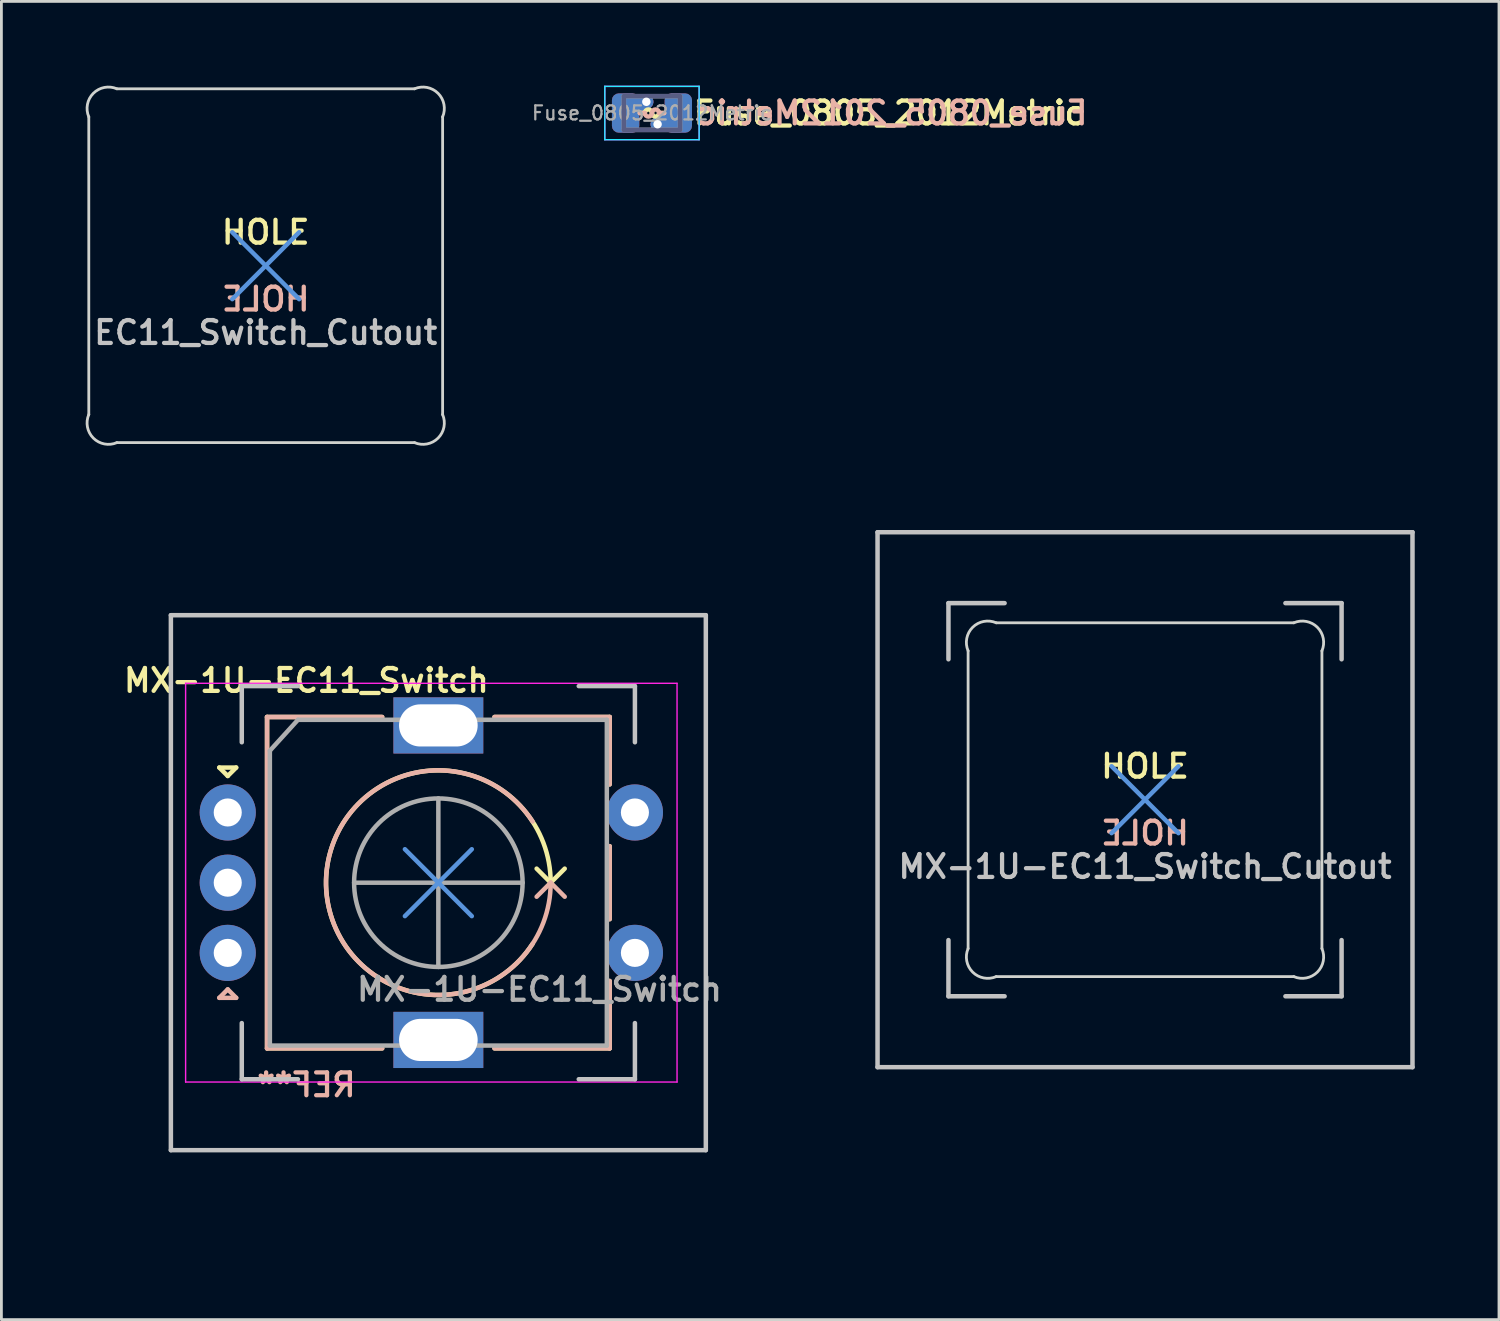
<source format=kicad_pcb>
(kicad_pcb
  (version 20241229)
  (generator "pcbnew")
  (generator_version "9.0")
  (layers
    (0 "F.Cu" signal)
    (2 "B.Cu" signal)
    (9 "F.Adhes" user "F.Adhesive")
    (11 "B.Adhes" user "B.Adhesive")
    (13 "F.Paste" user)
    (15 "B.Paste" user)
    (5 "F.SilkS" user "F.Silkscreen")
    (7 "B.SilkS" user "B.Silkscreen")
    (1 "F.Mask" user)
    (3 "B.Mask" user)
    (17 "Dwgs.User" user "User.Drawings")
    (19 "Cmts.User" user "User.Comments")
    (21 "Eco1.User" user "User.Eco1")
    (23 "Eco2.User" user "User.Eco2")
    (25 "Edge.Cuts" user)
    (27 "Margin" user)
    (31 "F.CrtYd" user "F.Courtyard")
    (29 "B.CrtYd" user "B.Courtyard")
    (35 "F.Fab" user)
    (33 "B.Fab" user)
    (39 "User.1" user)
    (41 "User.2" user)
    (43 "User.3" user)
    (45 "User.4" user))
  (footprint "MX-1U-EC11_Switch_Cutout"
    (layer "F.Cu")
    (at 37.725 25.428)
    (property "Reference" "MX-1U-EC11_Switch_Cutout" (at 0 2.381 0) (layer "Dwgs.User") (effects (font (size 0.813 0.813) (thickness 0.152))))
    (attr exclude_from_pos_files exclude_from_bom)
    (fp_line (start -9.525 -9.525) (end 9.525 -9.525) (stroke (width 0.16) (type solid)) (layer "Dwgs.User"))
    (fp_line (start -9.525 9.525) (end -9.525 -9.525) (stroke (width 0.16) (type solid)) (layer "Dwgs.User"))
    (fp_line (start -7 -7) (end -7 -5) (stroke (width 0.16) (type solid)) (layer "Dwgs.User"))
    (fp_line (start -7 5) (end -7 7) (stroke (width 0.16) (type solid)) (layer "Dwgs.User"))
    (fp_line (start -7 7) (end -5 7) (stroke (width 0.16) (type solid)) (layer "Dwgs.User"))
    (fp_line (start -5 -7) (end -7 -7) (stroke (width 0.16) (type solid)) (layer "Dwgs.User"))
    (fp_line (start 5 -7) (end 7 -7) (stroke (width 0.16) (type solid)) (layer "Dwgs.User"))
    (fp_line (start 5 7) (end 7 7) (stroke (width 0.16) (type solid)) (layer "Dwgs.User"))
    (fp_line (start 7 -7) (end 7 -5) (stroke (width 0.16) (type solid)) (layer "Dwgs.User"))
    (fp_line (start 7 7) (end 7 5) (stroke (width 0.16) (type solid)) (layer "Dwgs.User"))
    (fp_line (start 9.525 -9.525) (end 9.525 9.525) (stroke (width 0.16) (type solid)) (layer "Dwgs.User"))
    (fp_line (start 9.525 9.525) (end -9.525 9.525) (stroke (width 0.16) (type solid)) (layer "Dwgs.User"))
    (fp_line (start -1.191 -1.191) (end 1.191 1.191) (stroke (width 0.16) (type solid)) (layer "Cmts.User"))
    (fp_line (start -1.191 1.191) (end 1.191 -1.191) (stroke (width 0.16) (type solid)) (layer "Cmts.User"))
    (fp_line (start -6.3 5.3) (end -6.3 -5.3) (stroke (width 0.1) (type solid)) (layer "Edge.Cuts"))
    (fp_line (start -5.3 -6.3) (end 5.3 -6.3) (stroke (width 0.1) (type solid)) (layer "Edge.Cuts"))
    (fp_line (start 5.3 6.3) (end -5.3 6.3) (stroke (width 0.1) (type solid)) (layer "Edge.Cuts"))
    (fp_line (start 6.3 -5.3) (end 6.3 5.3) (stroke (width 0.1) (type solid)) (layer "Edge.Cuts"))
    (fp_arc (start -6.3 -5.3) (mid -6.138516 -6.138516) (end -5.3 -6.3) (stroke (width 0.1) (type solid)) (layer "Edge.Cuts"))
    (fp_arc (start -5.3 6.3) (mid -6.138516 6.138516) (end -6.3 5.3) (stroke (width 0.1) (type solid)) (layer "Edge.Cuts"))
    (fp_arc (start 5.3 -6.3) (mid 6.138516 -6.138516) (end 6.3 -5.3) (stroke (width 0.1) (type solid)) (layer "Edge.Cuts"))
    (fp_arc (start 6.3 5.3) (mid 6.138516 6.138516) (end 5.3 6.3) (stroke (width 0.1) (type solid)) (layer "Edge.Cuts"))
    (fp_text user "HOLE" (at 0 -1.191 0) (layer "F.SilkS") (effects (font (size 0.813 0.813) (thickness 0.152))))
    (fp_text user "HOLE" (at 0 1.191 0) (layer "B.SilkS") (effects (font (size 0.813 0.813) (thickness 0.152)) (justify mirror))))
  (footprint "MX-1U-EC11_Switch"
    (layer "F.Cu")
    (at 12.56 28.383)
    (property "Reference" "MX-1U-EC11_Switch" (at -4.7 -7.2 0) (layer "F.SilkS") (effects (font (size 0.813 0.813) (thickness 0.152))))
    (attr through_hole)
    (fp_line (start -7.8 -4.1) (end -7.2 -4.1) (stroke (width 0.16) (type solid)) (layer "F.SilkS"))
    (fp_line (start -7.5 -3.8) (end -7.8 -4.1) (stroke (width 0.16) (type solid)) (layer "F.SilkS"))
    (fp_line (start -7.2 -4.1) (end -7.5 -3.8) (stroke (width 0.16) (type solid)) (layer "F.SilkS"))
    (fp_line (start -6.1 -5.9) (end -6.1 5.9) (stroke (width 0.16) (type solid)) (layer "F.SilkS"))
    (fp_line (start -2 -5.9) (end -6.1 -5.9) (stroke (width 0.16) (type solid)) (layer "F.SilkS"))
    (fp_line (start -2 5.9) (end -6.1 5.9) (stroke (width 0.16) (type solid)) (layer "F.SilkS"))
    (fp_line (start 2 -5.9) (end 6.1 -5.9) (stroke (width 0.16) (type solid)) (layer "F.SilkS"))
    (fp_line (start 4 0) (end 3.5 -0.5) (stroke (width 0.16) (type solid)) (layer "F.SilkS"))
    (fp_line (start 4 0) (end 4.5 -0.5) (stroke (width 0.16) (type solid)) (layer "F.SilkS"))
    (fp_line (start 6.1 -5.9) (end 6.1 -3.5) (stroke (width 0.16) (type solid)) (layer "F.SilkS"))
    (fp_line (start 6.1 -1.3) (end 6.1 1.3) (stroke (width 0.16) (type solid)) (layer "F.SilkS"))
    (fp_line (start 6.1 3.5) (end 6.1 5.9) (stroke (width 0.16) (type solid)) (layer "F.SilkS"))
    (fp_line (start 6.1 5.9) (end 2 5.9) (stroke (width 0.16) (type solid)) (layer "F.SilkS"))
    (fp_arc (start 3.354682 2.178556) (mid -3.835279 -1.136061) (end 4 0) (stroke (width 0.16) (type solid)) (layer "F.SilkS"))
    (fp_line (start -7.8 4.1) (end -7.2 4.1) (stroke (width 0.16) (type solid)) (layer "B.SilkS"))
    (fp_line (start -7.5 3.8) (end -7.8 4.1) (stroke (width 0.16) (type solid)) (layer "B.SilkS"))
    (fp_line (start -7.2 4.1) (end -7.5 3.8) (stroke (width 0.16) (type solid)) (layer "B.SilkS"))
    (fp_line (start -6.1 5.9) (end -6.1 -5.9) (stroke (width 0.16) (type solid)) (layer "B.SilkS"))
    (fp_line (start -2 -5.9) (end -6.1 -5.9) (stroke (width 0.16) (type solid)) (layer "B.SilkS"))
    (fp_line (start -2 5.9) (end -6.1 5.9) (stroke (width 0.16) (type solid)) (layer "B.SilkS"))
    (fp_line (start 2 5.9) (end 6.1 5.9) (stroke (width 0.16) (type solid)) (layer "B.SilkS"))
    (fp_line (start 4 0) (end 3.5 0.5) (stroke (width 0.16) (type solid)) (layer "B.SilkS"))
    (fp_line (start 4 0) (end 4.5 0.5) (stroke (width 0.16) (type solid)) (layer "B.SilkS"))
    (fp_line (start 6.1 -5.9) (end 2 -5.9) (stroke (width 0.16) (type solid)) (layer "B.SilkS"))
    (fp_line (start 6.1 -3.5) (end 6.1 -5.9) (stroke (width 0.16) (type solid)) (layer "B.SilkS"))
    (fp_line (start 6.1 1.3) (end 6.1 -1.3) (stroke (width 0.16) (type solid)) (layer "B.SilkS"))
    (fp_line (start 6.1 5.9) (end 6.1 3.5) (stroke (width 0.16) (type solid)) (layer "B.SilkS"))
    (fp_arc (start 4 0) (mid -3.835279 1.136061) (end 3.354682 -2.178556) (stroke (width 0.16) (type solid)) (layer "B.SilkS"))
    (fp_line (start -9.525 -9.525) (end 9.525 -9.525) (stroke (width 0.16) (type solid)) (layer "Dwgs.User"))
    (fp_line (start -9.525 9.525) (end -9.525 -9.525) (stroke (width 0.16) (type solid)) (layer "Dwgs.User"))
    (fp_line (start -7 -7) (end -7 -5) (stroke (width 0.16) (type solid)) (layer "Dwgs.User"))
    (fp_line (start -7 5) (end -7 7) (stroke (width 0.16) (type solid)) (layer "Dwgs.User"))
    (fp_line (start -7 7) (end -5 7) (stroke (width 0.16) (type solid)) (layer "Dwgs.User"))
    (fp_line (start -5 -7) (end -7 -7) (stroke (width 0.16) (type solid)) (layer "Dwgs.User"))
    (fp_line (start 5 -7) (end 7 -7) (stroke (width 0.16) (type solid)) (layer "Dwgs.User"))
    (fp_line (start 5 7) (end 7 7) (stroke (width 0.16) (type solid)) (layer "Dwgs.User"))
    (fp_line (start 7 -7) (end 7 -5) (stroke (width 0.16) (type solid)) (layer "Dwgs.User"))
    (fp_line (start 7 7) (end 7 5) (stroke (width 0.16) (type solid)) (layer "Dwgs.User"))
    (fp_line (start 9.525 -9.525) (end 9.525 9.525) (stroke (width 0.16) (type solid)) (layer "Dwgs.User"))
    (fp_line (start 9.525 9.525) (end -9.525 9.525) (stroke (width 0.16) (type solid)) (layer "Dwgs.User"))
    (fp_line (start -1.191 -1.191) (end 1.191 1.191) (stroke (width 0.16) (type solid)) (layer "Cmts.User"))
    (fp_line (start -1.191 1.191) (end 1.191 -1.191) (stroke (width 0.16) (type solid)) (layer "Cmts.User"))
    (fp_circle (center 0 0) (end 12.5 0) (stroke (width 0.12) (type solid)) (fill no) (layer "Eco1.User"))
    (fp_line (start -9 -7.1) (end -9 7.1) (stroke (width 0.05) (type solid)) (layer "F.CrtYd"))
    (fp_line (start -9 -7.1) (end 8.5 -7.1) (stroke (width 0.05) (type solid)) (layer "F.CrtYd"))
    (fp_line (start 8.5 7.1) (end -9 7.1) (stroke (width 0.05) (type solid)) (layer "F.CrtYd"))
    (fp_line (start 8.5 7.1) (end 8.5 -7.1) (stroke (width 0.05) (type solid)) (layer "F.CrtYd"))
    (fp_line (start -6 -4.7) (end -5 -5.8) (stroke (width 0.16) (type solid)) (layer "F.Fab"))
    (fp_line (start -6 5.8) (end -6 -4.7) (stroke (width 0.16) (type solid)) (layer "F.Fab"))
    (fp_line (start -5 -5.8) (end 6 -5.8) (stroke (width 0.16) (type solid)) (layer "F.Fab"))
    (fp_line (start -3 0) (end 3 0) (stroke (width 0.16) (type solid)) (layer "F.Fab"))
    (fp_line (start 0 -3) (end 0 3) (stroke (width 0.16) (type solid)) (layer "F.Fab"))
    (fp_line (start 6 -5.8) (end 6 5.8) (stroke (width 0.16) (type solid)) (layer "F.Fab"))
    (fp_line (start 6 5.8) (end -6 5.8) (stroke (width 0.16) (type solid)) (layer "F.Fab"))
    (fp_circle (center 0 0) (end 3 0) (stroke (width 0.16) (type solid)) (fill no) (layer "F.Fab"))
    (fp_text user "REF**" (at -4.7 7.2 180) (layer "B.SilkS") (effects (font (size 0.813 0.813) (thickness 0.152)) (justify mirror)))
    (fp_text user "${REFERENCE}" (at 3.6 3.8 0) (layer "F.Fab") (effects (font (size 0.813 0.813) (thickness 0.152))))
    (pad "A" thru_hole circle (at -7.5 -2.5) (size 2 2) (drill 1) (layers "*.Cu" "*.Mask"))
    (pad "B" thru_hole circle (at -7.5 2.5) (size 2 2) (drill 1) (layers "*.Cu" "*.Mask"))
    (pad "C" thru_hole circle (at -7.5 0) (size 2 2) (drill 1) (layers "*.Cu" "*.Mask"))
    (pad "MP" thru_hole rect (at 0 -5.6) (size 3.2 2) (drill oval 2.8 1.5) (layers "*.Cu" "*.Mask"))
    (pad "MP" thru_hole rect (at 0 5.6) (size 3.2 2) (drill oval 2.8 1.5) (layers "*.Cu" "*.Mask"))
    (pad "S1" thru_hole circle (at 7 2.5) (size 2 2) (drill 1) (layers "*.Cu" "*.Mask"))
    (pad "S2" thru_hole circle (at 7 -2.5) (size 2 2) (drill 1) (layers "*.Cu" "*.Mask")))
  (footprint "Fuse_0805_2012Metric"
    (layer "F.Cu")
    (at 20.167 0.975)
    (property "Reference" "Fuse_0805_2012Metric" (at 1.4 0 0) (layer "F.SilkS") (effects (font (size 0.813 0.813) (thickness 0.152)) (justify left)))
    (attr smd)
    (fp_line (start -0.254 0) (end -0.432 0) (stroke (width 0.16) (type solid)) (layer "F.SilkS"))
    (fp_line (start 0.432 0) (end 0.254 0) (stroke (width 0.16) (type solid)) (layer "F.SilkS"))
    (fp_arc (start -0.254 0) (mid -0.127 -0.127) (end 0 0) (stroke (width 0.16) (type solid)) (layer "F.SilkS"))
    (fp_arc (start 0.254 0) (mid 0.127 0.127) (end 0 0) (stroke (width 0.16) (type solid)) (layer "F.SilkS"))
    (fp_line (start -0.254 0) (end -0.432 0) (stroke (width 0.16) (type solid)) (layer "B.SilkS"))
    (fp_line (start 0.432 0) (end 0.254 0) (stroke (width 0.16) (type solid)) (layer "B.SilkS"))
    (fp_arc (start 0 0) (mid -0.127 0.127) (end -0.254 0) (stroke (width 0.16) (type solid)) (layer "B.SilkS"))
    (fp_arc (start 0 0) (mid 0.127 -0.127) (end 0.254 0) (stroke (width 0.16) (type solid)) (layer "B.SilkS"))
    (fp_line (start -1.68 -0.95) (end 1.68 -0.95) (stroke (width 0.05) (type solid)) (layer "B.CrtYd"))
    (fp_line (start -1.68 0.95) (end -1.68 -0.95) (stroke (width 0.05) (type solid)) (layer "B.CrtYd"))
    (fp_line (start 1.68 -0.95) (end 1.68 0.95) (stroke (width 0.05) (type solid)) (layer "B.CrtYd"))
    (fp_line (start 1.68 0.95) (end -1.68 0.95) (stroke (width 0.05) (type solid)) (layer "B.CrtYd"))
    (fp_line (start -1.68 -0.95) (end 1.68 -0.95) (stroke (width 0.05) (type solid)) (layer "F.CrtYd"))
    (fp_line (start -1.68 0.95) (end -1.68 -0.95) (stroke (width 0.05) (type solid)) (layer "F.CrtYd"))
    (fp_line (start 1.68 -0.95) (end 1.68 0.95) (stroke (width 0.05) (type solid)) (layer "F.CrtYd"))
    (fp_line (start 1.68 0.95) (end -1.68 0.95) (stroke (width 0.05) (type solid)) (layer "F.CrtYd"))
    (fp_line (start -1 -0.6) (end 1 -0.6) (stroke (width 0.16) (type solid)) (layer "B.Fab"))
    (fp_line (start -1 0.6) (end -1 -0.6) (stroke (width 0.16) (type solid)) (layer "B.Fab"))
    (fp_line (start 1 -0.6) (end 1 0.6) (stroke (width 0.16) (type solid)) (layer "B.Fab"))
    (fp_line (start 1 0.6) (end -1 0.6) (stroke (width 0.16) (type solid)) (layer "B.Fab"))
    (fp_line (start -1 -0.6) (end 1 -0.6) (stroke (width 0.16) (type solid)) (layer "F.Fab"))
    (fp_line (start -1 0.6) (end -1 -0.6) (stroke (width 0.16) (type solid)) (layer "F.Fab"))
    (fp_line (start 1 -0.6) (end 1 0.6) (stroke (width 0.16) (type solid)) (layer "F.Fab"))
    (fp_line (start 1 0.6) (end -1 0.6) (stroke (width 0.16) (type solid)) (layer "F.Fab"))
    (fp_text user "${REFERENCE}" (at 1.5 0 0) (layer "B.SilkS") (effects (font (size 0.813 0.813) (thickness 0.152)) (justify right mirror)))
    (fp_text user "${REFERENCE}" (at 0 0 0) (layer "F.Fab") (effects (font (size 0.5 0.5) (thickness 0.08))))
    (pad "1" smd custom (at -0.938 0) (size 0.01 0.01) (layers "F.Cu") (options (anchor circle)) (primitives (gr_line (start 0.738 -0.4) (end -0.062 0) (width 0.5))))
    (pad "1" smd custom (at -0.938 0) (size 0.01 0.01) (layers "B.Cu") (options (anchor circle)) (primitives (gr_line (start 0.738 -0.4) (end -0.062 0) (width 0.5))))
    (pad "1" smd roundrect (at -0.938 0) (size 0.975 1.4) (layers "F.Cu" "F.Mask" "F.Paste") (roundrect_rratio 0.25))
    (pad "1" smd roundrect (at -0.938 0) (size 0.975 1.4) (layers "B.Cu" "B.Mask" "B.Paste") (roundrect_rratio 0.25))
    (pad "1" thru_hole circle (at -0.2 -0.4) (size 0.5 0.5) (drill 0.3) (layers "*.Cu"))
    (pad "2" thru_hole circle (at 0.2 0.4) (size 0.5 0.5) (drill 0.3) (layers "*.Cu"))
    (pad "2" smd custom (at 0.938 0) (size 0.01 0.01) (layers "F.Cu") (options (anchor circle)) (primitives (gr_line (start -0.738 0.4) (end 0.062 0) (width 0.5))))
    (pad "2" smd custom (at 0.938 0) (size 0.01 0.01) (layers "B.Cu") (options (anchor circle)) (primitives (gr_line (start -0.738 0.4) (end 0.062 0) (width 0.5))))
    (pad "2" smd roundrect (at 0.938 0) (size 0.975 1.4) (layers "F.Cu" "F.Mask" "F.Paste") (roundrect_rratio 0.25))
    (pad "2" smd roundrect (at 0.938 0) (size 0.975 1.4) (layers "B.Cu" "B.Mask" "B.Paste") (roundrect_rratio 0.25)))
  (footprint "EC11_Switch_Cutout"
    (layer "F.Cu")
    (at 6.412 6.412)
    (property "Reference" "EC11_Switch_Cutout" (at 0 2.381 0) (layer "Dwgs.User") (effects (font (size 0.813 0.813) (thickness 0.152))))
    (attr exclude_from_pos_files exclude_from_bom)
    (fp_line (start -1.191 -1.191) (end 1.191 1.191) (stroke (width 0.16) (type solid)) (layer "Cmts.User"))
    (fp_line (start -1.191 1.191) (end 1.191 -1.191) (stroke (width 0.16) (type solid)) (layer "Cmts.User"))
    (fp_line (start -6.3 5.3) (end -6.3 -5.3) (stroke (width 0.1) (type solid)) (layer "Edge.Cuts"))
    (fp_line (start -5.3 -6.3) (end 5.3 -6.3) (stroke (width 0.1) (type solid)) (layer "Edge.Cuts"))
    (fp_line (start 5.3 6.3) (end -5.3 6.3) (stroke (width 0.1) (type solid)) (layer "Edge.Cuts"))
    (fp_line (start 6.3 -5.3) (end 6.3 5.3) (stroke (width 0.1) (type solid)) (layer "Edge.Cuts"))
    (fp_arc (start -6.3 -5.3) (mid -6.138516 -6.138516) (end -5.3 -6.3) (stroke (width 0.1) (type solid)) (layer "Edge.Cuts"))
    (fp_arc (start -5.3 6.3) (mid -6.138516 6.138516) (end -6.3 5.3) (stroke (width 0.1) (type solid)) (layer "Edge.Cuts"))
    (fp_arc (start 5.3 -6.3) (mid 6.138516 -6.138516) (end 6.3 -5.3) (stroke (width 0.1) (type solid)) (layer "Edge.Cuts"))
    (fp_arc (start 6.3 5.3) (mid 6.138516 6.138516) (end 5.3 6.3) (stroke (width 0.1) (type solid)) (layer "Edge.Cuts"))
    (fp_text user "HOLE" (at 0 -1.191 0) (layer "F.SilkS") (effects (font (size 0.813 0.813) (thickness 0.152))))
    (fp_text user "HOLE" (at 0 1.191 0) (layer "B.SilkS") (effects (font (size 0.813 0.813) (thickness 0.152)) (justify mirror))))
  (gr_rect
    (start -3 -3)
    (end 50.33 43.943)
    (stroke (width 0.1) (type default))
    (fill no)
    (layer "Edge.Cuts")))
</source>
